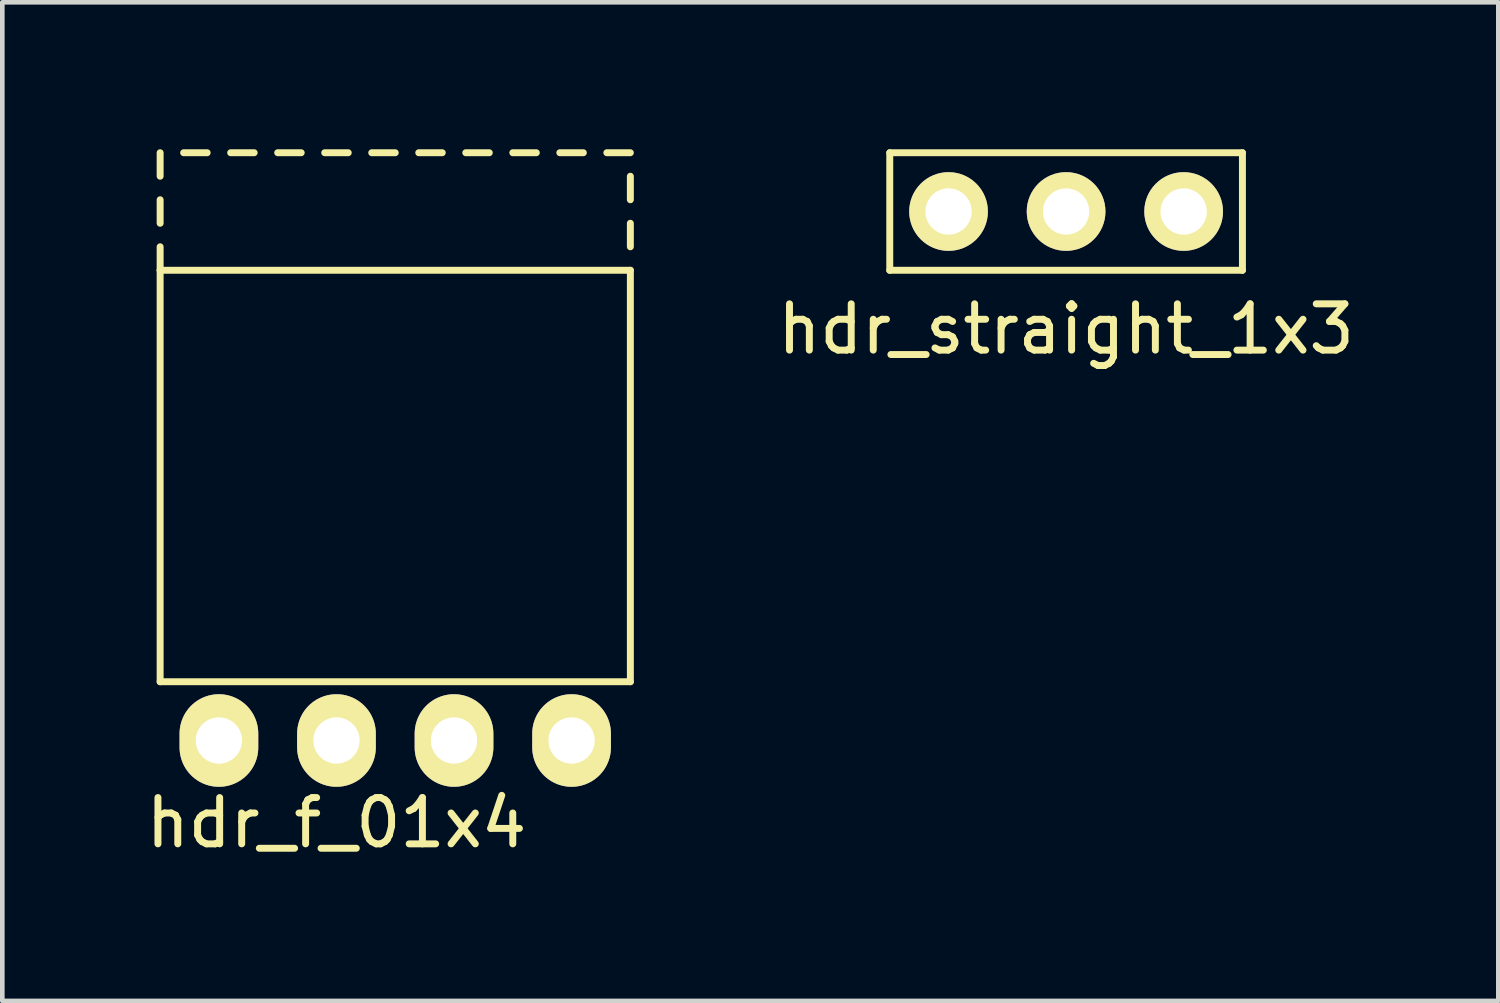
<source format=kicad_pcb>
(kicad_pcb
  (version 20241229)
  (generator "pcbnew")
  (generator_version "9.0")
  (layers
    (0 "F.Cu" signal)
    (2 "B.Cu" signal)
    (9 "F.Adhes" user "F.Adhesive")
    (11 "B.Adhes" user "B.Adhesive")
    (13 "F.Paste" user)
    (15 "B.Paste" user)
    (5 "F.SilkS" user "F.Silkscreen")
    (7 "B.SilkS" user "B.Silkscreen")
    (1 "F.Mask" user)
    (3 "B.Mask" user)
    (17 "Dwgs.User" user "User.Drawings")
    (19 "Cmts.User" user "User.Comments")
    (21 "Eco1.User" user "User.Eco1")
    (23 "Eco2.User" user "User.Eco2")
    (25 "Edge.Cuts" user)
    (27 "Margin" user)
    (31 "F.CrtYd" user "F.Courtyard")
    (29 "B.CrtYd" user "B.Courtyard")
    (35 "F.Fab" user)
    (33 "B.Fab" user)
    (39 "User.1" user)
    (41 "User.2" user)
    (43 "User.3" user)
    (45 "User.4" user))
  (footprint "hdr_straight_1x3"
    (layer "F.Cu")
    (at 19.985 0.25)
    (property "Reference" "hdr_straight_1x3" (at 0 3.81 0) (layer "F.SilkS") (effects (font (size 1 1) (thickness 0.15))))
    (attr through_hole)
    (fp_line (start -3.81 0) (end 3.81 0) (stroke (width 0.15) (type solid)) (layer "F.SilkS"))
    (fp_line (start -3.81 2.54) (end -3.81 0) (stroke (width 0.15) (type solid)) (layer "F.SilkS"))
    (fp_line (start 3.81 0) (end 3.81 2.54) (stroke (width 0.15) (type solid)) (layer "F.SilkS"))
    (fp_line (start 3.81 2.54) (end -3.81 2.54) (stroke (width 0.15) (type solid)) (layer "F.SilkS"))
    (pad "1" thru_hole circle (at -2.54 1.27) (size 1.7 1.7) (drill 1) (layers "*.Cu" "*.Mask" "F.SilkS"))
    (pad "2" thru_hole circle (at 0 1.27) (size 1.7 1.7) (drill 1) (layers "*.Cu" "*.Mask" "F.SilkS"))
    (pad "3" thru_hole circle (at 2.54 1.27) (size 1.7 1.7) (drill 1) (layers "*.Cu" "*.Mask" "F.SilkS")))
  (footprint "hdr_f_01x4"
    (layer "F.Cu")
    (at 4.22 0.25)
    (property "Reference" "hdr_f_01x4" (at 0 14.478 0) (layer "F.SilkS") (effects (font (size 1 1) (thickness 0.15))))
    (attr through_hole)
    (fp_line (start -3.81 0) (end -3.81 0.508) (stroke (width 0.15) (type solid)) (layer "F.SilkS"))
    (fp_line (start -3.81 1.016) (end -3.81 1.524) (stroke (width 0.15) (type solid)) (layer "F.SilkS"))
    (fp_line (start -3.81 2.032) (end -3.81 2.54) (stroke (width 0.15) (type solid)) (layer "F.SilkS"))
    (fp_line (start -3.81 2.54) (end -3.81 11.43) (stroke (width 0.15) (type solid)) (layer "F.SilkS"))
    (fp_line (start -3.81 11.43) (end 6.35 11.43) (stroke (width 0.15) (type solid)) (layer "F.SilkS"))
    (fp_line (start -2.794 0) (end -3.302 0) (stroke (width 0.15) (type solid)) (layer "F.SilkS"))
    (fp_line (start -1.778 0) (end -2.286 0) (stroke (width 0.15) (type solid)) (layer "F.SilkS"))
    (fp_line (start -0.762 0) (end -1.27 0) (stroke (width 0.15) (type solid)) (layer "F.SilkS"))
    (fp_line (start 0.254 0) (end -0.254 0) (stroke (width 0.15) (type solid)) (layer "F.SilkS"))
    (fp_line (start 1.27 0) (end 0.762 0) (stroke (width 0.15) (type solid)) (layer "F.SilkS"))
    (fp_line (start 2.286 0) (end 1.778 0) (stroke (width 0.15) (type solid)) (layer "F.SilkS"))
    (fp_line (start 3.302 0) (end 2.794 0) (stroke (width 0.15) (type solid)) (layer "F.SilkS"))
    (fp_line (start 4.318 0) (end 3.81 0) (stroke (width 0.15) (type solid)) (layer "F.SilkS"))
    (fp_line (start 5.334 0) (end 4.826 0) (stroke (width 0.15) (type solid)) (layer "F.SilkS"))
    (fp_line (start 6.35 0) (end 5.842 0) (stroke (width 0.15) (type solid)) (layer "F.SilkS"))
    (fp_line (start 6.35 1.016) (end 6.35 0.508) (stroke (width 0.15) (type solid)) (layer "F.SilkS"))
    (fp_line (start 6.35 2.032) (end 6.35 1.524) (stroke (width 0.15) (type solid)) (layer "F.SilkS"))
    (fp_line (start 6.35 2.54) (end -3.81 2.54) (stroke (width 0.15) (type solid)) (layer "F.SilkS"))
    (fp_line (start 6.35 11.43) (end 6.35 2.54) (stroke (width 0.15) (type solid)) (layer "F.SilkS"))
    (pad "1" thru_hole oval (at -2.54 12.7) (size 1.7 2) (drill 1) (layers "*.Cu" "*.Mask" "F.SilkS"))
    (pad "2" thru_hole oval (at 0 12.7) (size 1.7 2) (drill 1) (layers "*.Cu" "*.Mask" "F.SilkS"))
    (pad "3" thru_hole oval (at 2.54 12.7) (size 1.7 2) (drill 1) (layers "*.Cu" "*.Mask" "F.SilkS"))
    (pad "4" thru_hole oval (at 5.08 12.7) (size 1.7 2) (drill 1) (layers "*.Cu" "*.Mask" "F.SilkS")))
  (gr_rect
    (start -3 -3)
    (end 29.324 18.576)
    (stroke (width 0.1) (type default))
    (fill no)
    (layer "Edge.Cuts")))
</source>
